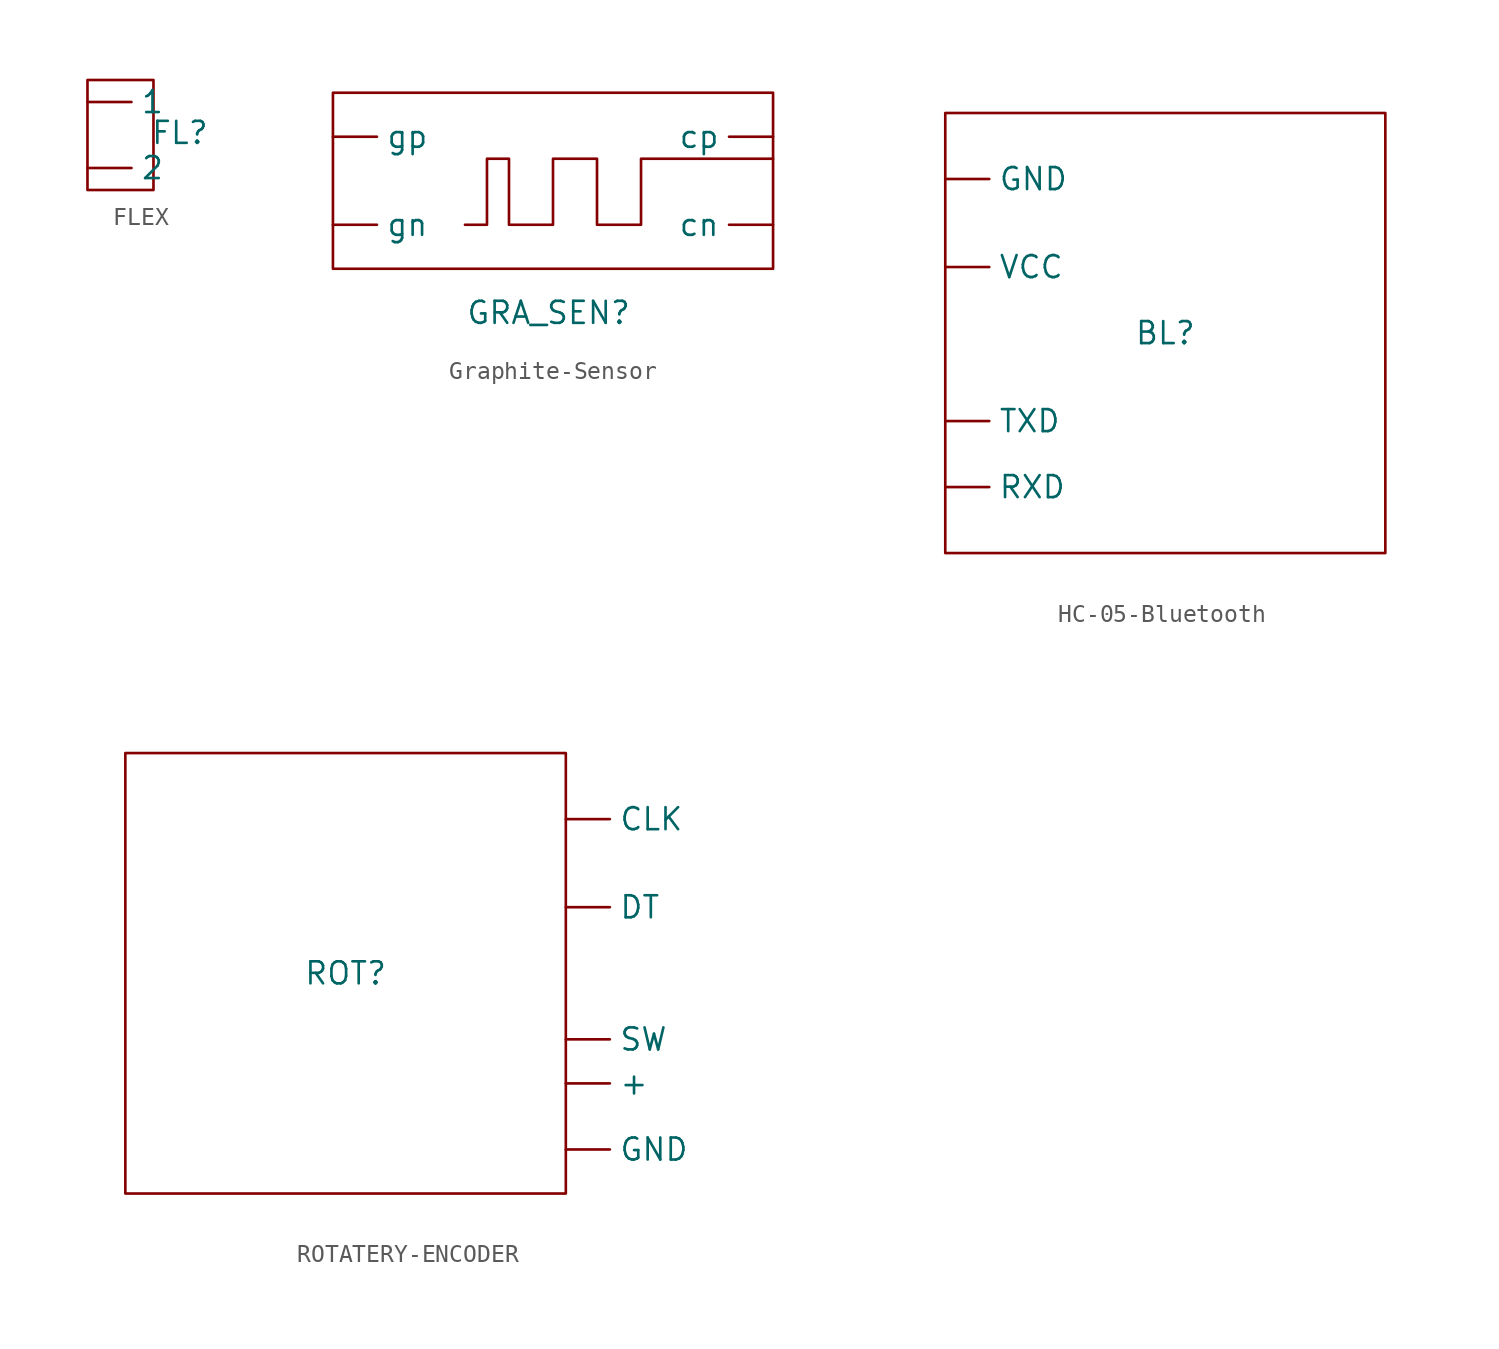
<source format=kicad_sym>
(kicad_symbol_lib
  (version 20241209)
  (generator "kicad_symbol_editor")
  (generator_version "9.0")
  (symbol "FLEX"
    (property "Reference" "FL"
      (at 4.064 0.762 0)
      (effects (font (size 1.27 1.27))))
    (property "Value" ""
      (at 0 0 0)
      (effects (font (size 1.27 1.27))))
    (symbol "FLEX_0_1"
      (rectangle (start -1.27 3.81) (end 2.54 -2.54) (stroke (width 0) (type default)) (fill (type none))))
    (symbol "FLEX_1_1"
      (pin input line (at -1.27 2.54 0) (length 2.54) (name "1" (effects (font (size 1.27 1.27)))) (number "" (effects (font (size 1.27 1.27)))))
      (pin input line (at -1.27 -1.27 0) (length 2.54) (name "2" (effects (font (size 1.27 1.27)))) (number "" (effects (font (size 1.27 1.27)))))))
  (symbol "Graphite-Sensor"
    (property "Reference" "GRA_SEN"
      (at -0.254 -7.62 0)
      (effects (font (size 1.27 1.27))))
    (property "Value" ""
      (at 0 0 0)
      (effects (font (size 1.27 1.27))))
    (symbol "Graphite-Sensor_0_1"
      (rectangle (start -12.7 5.08) (end 12.7 -5.08) (stroke (width 0) (type default)) (fill (type none)))
      (polyline (pts (xy 12.7 1.27) (xy 5.08 1.27) (xy 5.08 -2.54) (xy 2.54 -2.54) (xy 2.54 1.27) (xy 0 1.27) (xy 0 -2.54) (xy -2.54 -2.54) (xy -2.54 1.27) (xy -3.81 1.27) (xy -3.81 -2.54) (xy -5.08 -2.54)) (stroke (width 0) (type default)) (fill (type none))))
    (symbol "Graphite-Sensor_1_1"
      (pin input line (at -12.7 2.54 0) (length 2.54) (name "gp" (effects (font (size 1.27 1.27)))) (number "" (effects (font (size 1.27 1.27)))))
      (pin input line (at -12.7 -2.54 0) (length 2.54) (name "gn" (effects (font (size 1.27 1.27)))) (number "" (effects (font (size 1.27 1.27)))))
      (pin input line (at 12.7 2.54 180) (length 2.54) (name "cp" (effects (font (size 1.27 1.27)))) (number "" (effects (font (size 1.27 1.27)))))
      (pin input line (at 12.7 -2.54 180) (length 2.54) (name "cn" (effects (font (size 1.27 1.27)))) (number "" (effects (font (size 1.27 1.27)))))))
  (symbol "HC-05-Bluetooth"
    (property "Reference" "BL"
      (at 0 0 0)
      (effects (font (size 1.27 1.27))))
    (property "Value" ""
      (at 0 0 0)
      (effects (font (size 1.27 1.27))))
    (symbol "HC-05-Bluetooth_0_1"
      (rectangle (start -12.7 12.7) (end 12.7 -12.7) (stroke (width 0) (type default)) (fill (type none))))
    (symbol "HC-05-Bluetooth_1_1"
      (pin input line (at -12.7 8.89 0) (length 2.54) (name "GND" (effects (font (size 1.27 1.27)))) (number "" (effects (font (size 1.27 1.27)))))
      (pin input line (at -12.7 3.81 0) (length 2.54) (name "VCC" (effects (font (size 1.27 1.27)))) (number "" (effects (font (size 1.27 1.27)))))
      (pin input line (at -12.7 -5.08 0) (length 2.54) (name "TXD" (effects (font (size 1.27 1.27)))) (number "" (effects (font (size 1.27 1.27)))))
      (pin input line (at -12.7 -8.89 0) (length 2.54) (name "RXD" (effects (font (size 1.27 1.27)))) (number "" (effects (font (size 1.27 1.27)))))))
  (symbol "ROTATERY-ENCODER"
    (property "Reference" "ROT"
      (at 0 0 0)
      (effects (font (size 1.27 1.27))))
    (property "Value" ""
      (at 0 0 0)
      (effects (font (size 1.27 1.27))))
    (symbol "ROTATERY-ENCODER_0_1"
      (rectangle (start -12.7 12.7) (end 12.7 -12.7) (stroke (width 0) (type default)) (fill (type none))))
    (symbol "ROTATERY-ENCODER_1_1"
      (pin input line (at 12.7 8.89 0) (length 2.54) (name "CLK" (effects (font (size 1.27 1.27)))) (number "" (effects (font (size 1.27 1.27)))))
      (pin input line (at 12.7 3.81 0) (length 2.54) (name "DT" (effects (font (size 1.27 1.27)))) (number "" (effects (font (size 1.27 1.27)))))
      (pin input line (at 12.7 -3.81 0) (length 2.54) (name "SW" (effects (font (size 1.27 1.27)))) (number "" (effects (font (size 1.27 1.27)))))
      (pin input line (at 12.7 -6.35 0) (length 2.54) (name "+" (effects (font (size 1.27 1.27)))) (number "" (effects (font (size 1.27 1.27)))))
      (pin input line (at 12.7 -10.16 0) (length 2.54) (name "GND" (effects (font (size 1.27 1.27)))) (number "" (effects (font (size 1.27 1.27))))))))
</source>
